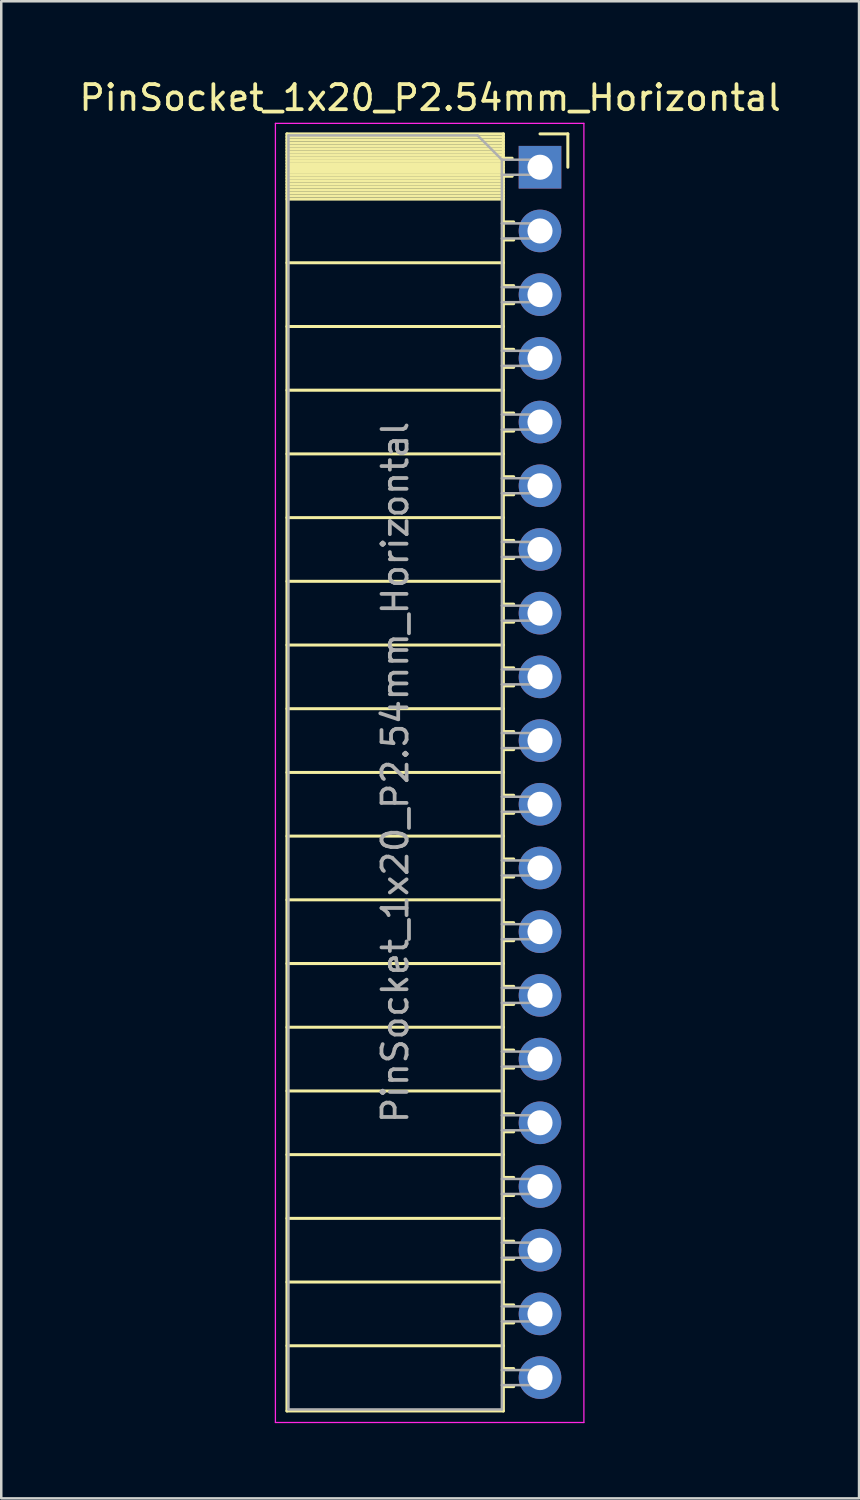
<source format=kicad_pcb>
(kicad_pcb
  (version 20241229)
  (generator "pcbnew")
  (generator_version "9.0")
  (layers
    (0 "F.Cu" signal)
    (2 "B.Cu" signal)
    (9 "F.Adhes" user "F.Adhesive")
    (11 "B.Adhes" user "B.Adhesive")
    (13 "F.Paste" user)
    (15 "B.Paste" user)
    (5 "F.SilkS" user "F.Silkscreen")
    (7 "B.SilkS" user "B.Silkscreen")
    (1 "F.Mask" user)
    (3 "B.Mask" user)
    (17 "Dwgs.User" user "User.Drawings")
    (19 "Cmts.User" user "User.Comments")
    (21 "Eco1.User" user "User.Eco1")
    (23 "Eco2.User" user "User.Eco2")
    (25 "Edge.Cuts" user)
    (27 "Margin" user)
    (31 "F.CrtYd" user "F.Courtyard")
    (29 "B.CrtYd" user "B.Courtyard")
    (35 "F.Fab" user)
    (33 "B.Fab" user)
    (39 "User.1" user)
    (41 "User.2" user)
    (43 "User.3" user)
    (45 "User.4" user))
  (footprint "PinSocket_1x20_P2.54mm_Horizontal"
    (layer "F.Cu")
    (at 18.481 3.618)
    (property "Reference" "PinSocket_1x20_P2.54mm_Horizontal" (at -4.38 -2.77 0) (layer "F.SilkS") (effects (font (size 1 1) (thickness 0.15))))
    (attr through_hole)
    (fp_line (start -10.09 -1.33) (end -10.09 49.59) (stroke (width 0.12) (type solid)) (layer "F.SilkS"))
    (fp_line (start -10.09 -1.33) (end -1.46 -1.33) (stroke (width 0.12) (type solid)) (layer "F.SilkS"))
    (fp_line (start -10.09 -1.21) (end -1.46 -1.21) (stroke (width 0.12) (type solid)) (layer "F.SilkS"))
    (fp_line (start -10.09 -1.092) (end -1.46 -1.092) (stroke (width 0.12) (type solid)) (layer "F.SilkS"))
    (fp_line (start -10.09 -0.974) (end -1.46 -0.974) (stroke (width 0.12) (type solid)) (layer "F.SilkS"))
    (fp_line (start -10.09 -0.856) (end -1.46 -0.856) (stroke (width 0.12) (type solid)) (layer "F.SilkS"))
    (fp_line (start -10.09 -0.738) (end -1.46 -0.738) (stroke (width 0.12) (type solid)) (layer "F.SilkS"))
    (fp_line (start -10.09 -0.62) (end -1.46 -0.62) (stroke (width 0.12) (type solid)) (layer "F.SilkS"))
    (fp_line (start -10.09 -0.501) (end -1.46 -0.501) (stroke (width 0.12) (type solid)) (layer "F.SilkS"))
    (fp_line (start -10.09 -0.383) (end -1.46 -0.383) (stroke (width 0.12) (type solid)) (layer "F.SilkS"))
    (fp_line (start -10.09 -0.265) (end -1.46 -0.265) (stroke (width 0.12) (type solid)) (layer "F.SilkS"))
    (fp_line (start -10.09 -0.147) (end -1.46 -0.147) (stroke (width 0.12) (type solid)) (layer "F.SilkS"))
    (fp_line (start -10.09 -0.029) (end -1.46 -0.029) (stroke (width 0.12) (type solid)) (layer "F.SilkS"))
    (fp_line (start -10.09 0.089) (end -1.46 0.089) (stroke (width 0.12) (type solid)) (layer "F.SilkS"))
    (fp_line (start -10.09 0.207) (end -1.46 0.207) (stroke (width 0.12) (type solid)) (layer "F.SilkS"))
    (fp_line (start -10.09 0.325) (end -1.46 0.325) (stroke (width 0.12) (type solid)) (layer "F.SilkS"))
    (fp_line (start -10.09 0.443) (end -1.46 0.443) (stroke (width 0.12) (type solid)) (layer "F.SilkS"))
    (fp_line (start -10.09 0.561) (end -1.46 0.561) (stroke (width 0.12) (type solid)) (layer "F.SilkS"))
    (fp_line (start -10.09 0.68) (end -1.46 0.68) (stroke (width 0.12) (type solid)) (layer "F.SilkS"))
    (fp_line (start -10.09 0.798) (end -1.46 0.798) (stroke (width 0.12) (type solid)) (layer "F.SilkS"))
    (fp_line (start -10.09 0.916) (end -1.46 0.916) (stroke (width 0.12) (type solid)) (layer "F.SilkS"))
    (fp_line (start -10.09 1.034) (end -1.46 1.034) (stroke (width 0.12) (type solid)) (layer "F.SilkS"))
    (fp_line (start -10.09 1.152) (end -1.46 1.152) (stroke (width 0.12) (type solid)) (layer "F.SilkS"))
    (fp_line (start -10.09 1.27) (end -1.46 1.27) (stroke (width 0.12) (type solid)) (layer "F.SilkS"))
    (fp_line (start -10.09 3.81) (end -1.46 3.81) (stroke (width 0.12) (type solid)) (layer "F.SilkS"))
    (fp_line (start -10.09 6.35) (end -1.46 6.35) (stroke (width 0.12) (type solid)) (layer "F.SilkS"))
    (fp_line (start -10.09 8.89) (end -1.46 8.89) (stroke (width 0.12) (type solid)) (layer "F.SilkS"))
    (fp_line (start -10.09 11.43) (end -1.46 11.43) (stroke (width 0.12) (type solid)) (layer "F.SilkS"))
    (fp_line (start -10.09 13.97) (end -1.46 13.97) (stroke (width 0.12) (type solid)) (layer "F.SilkS"))
    (fp_line (start -10.09 16.51) (end -1.46 16.51) (stroke (width 0.12) (type solid)) (layer "F.SilkS"))
    (fp_line (start -10.09 19.05) (end -1.46 19.05) (stroke (width 0.12) (type solid)) (layer "F.SilkS"))
    (fp_line (start -10.09 21.59) (end -1.46 21.59) (stroke (width 0.12) (type solid)) (layer "F.SilkS"))
    (fp_line (start -10.09 24.13) (end -1.46 24.13) (stroke (width 0.12) (type solid)) (layer "F.SilkS"))
    (fp_line (start -10.09 26.67) (end -1.46 26.67) (stroke (width 0.12) (type solid)) (layer "F.SilkS"))
    (fp_line (start -10.09 29.21) (end -1.46 29.21) (stroke (width 0.12) (type solid)) (layer "F.SilkS"))
    (fp_line (start -10.09 31.75) (end -1.46 31.75) (stroke (width 0.12) (type solid)) (layer "F.SilkS"))
    (fp_line (start -10.09 34.29) (end -1.46 34.29) (stroke (width 0.12) (type solid)) (layer "F.SilkS"))
    (fp_line (start -10.09 36.83) (end -1.46 36.83) (stroke (width 0.12) (type solid)) (layer "F.SilkS"))
    (fp_line (start -10.09 39.37) (end -1.46 39.37) (stroke (width 0.12) (type solid)) (layer "F.SilkS"))
    (fp_line (start -10.09 41.91) (end -1.46 41.91) (stroke (width 0.12) (type solid)) (layer "F.SilkS"))
    (fp_line (start -10.09 44.45) (end -1.46 44.45) (stroke (width 0.12) (type solid)) (layer "F.SilkS"))
    (fp_line (start -10.09 46.99) (end -1.46 46.99) (stroke (width 0.12) (type solid)) (layer "F.SilkS"))
    (fp_line (start -10.09 49.59) (end -1.46 49.59) (stroke (width 0.12) (type solid)) (layer "F.SilkS"))
    (fp_line (start -1.46 -1.33) (end -1.46 49.59) (stroke (width 0.12) (type solid)) (layer "F.SilkS"))
    (fp_line (start -1.46 -0.36) (end -1.11 -0.36) (stroke (width 0.12) (type solid)) (layer "F.SilkS"))
    (fp_line (start -1.46 0.36) (end -1.11 0.36) (stroke (width 0.12) (type solid)) (layer "F.SilkS"))
    (fp_line (start -1.46 2.18) (end -1.05 2.18) (stroke (width 0.12) (type solid)) (layer "F.SilkS"))
    (fp_line (start -1.46 2.9) (end -1.05 2.9) (stroke (width 0.12) (type solid)) (layer "F.SilkS"))
    (fp_line (start -1.46 4.72) (end -1.05 4.72) (stroke (width 0.12) (type solid)) (layer "F.SilkS"))
    (fp_line (start -1.46 5.44) (end -1.05 5.44) (stroke (width 0.12) (type solid)) (layer "F.SilkS"))
    (fp_line (start -1.46 7.26) (end -1.05 7.26) (stroke (width 0.12) (type solid)) (layer "F.SilkS"))
    (fp_line (start -1.46 7.98) (end -1.05 7.98) (stroke (width 0.12) (type solid)) (layer "F.SilkS"))
    (fp_line (start -1.46 9.8) (end -1.05 9.8) (stroke (width 0.12) (type solid)) (layer "F.SilkS"))
    (fp_line (start -1.46 10.52) (end -1.05 10.52) (stroke (width 0.12) (type solid)) (layer "F.SilkS"))
    (fp_line (start -1.46 12.34) (end -1.05 12.34) (stroke (width 0.12) (type solid)) (layer "F.SilkS"))
    (fp_line (start -1.46 13.06) (end -1.05 13.06) (stroke (width 0.12) (type solid)) (layer "F.SilkS"))
    (fp_line (start -1.46 14.88) (end -1.05 14.88) (stroke (width 0.12) (type solid)) (layer "F.SilkS"))
    (fp_line (start -1.46 15.6) (end -1.05 15.6) (stroke (width 0.12) (type solid)) (layer "F.SilkS"))
    (fp_line (start -1.46 17.42) (end -1.05 17.42) (stroke (width 0.12) (type solid)) (layer "F.SilkS"))
    (fp_line (start -1.46 18.14) (end -1.05 18.14) (stroke (width 0.12) (type solid)) (layer "F.SilkS"))
    (fp_line (start -1.46 19.96) (end -1.05 19.96) (stroke (width 0.12) (type solid)) (layer "F.SilkS"))
    (fp_line (start -1.46 20.68) (end -1.05 20.68) (stroke (width 0.12) (type solid)) (layer "F.SilkS"))
    (fp_line (start -1.46 22.5) (end -1.05 22.5) (stroke (width 0.12) (type solid)) (layer "F.SilkS"))
    (fp_line (start -1.46 23.22) (end -1.05 23.22) (stroke (width 0.12) (type solid)) (layer "F.SilkS"))
    (fp_line (start -1.46 25.04) (end -1.05 25.04) (stroke (width 0.12) (type solid)) (layer "F.SilkS"))
    (fp_line (start -1.46 25.76) (end -1.05 25.76) (stroke (width 0.12) (type solid)) (layer "F.SilkS"))
    (fp_line (start -1.46 27.58) (end -1.05 27.58) (stroke (width 0.12) (type solid)) (layer "F.SilkS"))
    (fp_line (start -1.46 28.3) (end -1.05 28.3) (stroke (width 0.12) (type solid)) (layer "F.SilkS"))
    (fp_line (start -1.46 30.12) (end -1.05 30.12) (stroke (width 0.12) (type solid)) (layer "F.SilkS"))
    (fp_line (start -1.46 30.84) (end -1.05 30.84) (stroke (width 0.12) (type solid)) (layer "F.SilkS"))
    (fp_line (start -1.46 32.66) (end -1.05 32.66) (stroke (width 0.12) (type solid)) (layer "F.SilkS"))
    (fp_line (start -1.46 33.38) (end -1.05 33.38) (stroke (width 0.12) (type solid)) (layer "F.SilkS"))
    (fp_line (start -1.46 35.2) (end -1.05 35.2) (stroke (width 0.12) (type solid)) (layer "F.SilkS"))
    (fp_line (start -1.46 35.92) (end -1.05 35.92) (stroke (width 0.12) (type solid)) (layer "F.SilkS"))
    (fp_line (start -1.46 37.74) (end -1.05 37.74) (stroke (width 0.12) (type solid)) (layer "F.SilkS"))
    (fp_line (start -1.46 38.46) (end -1.05 38.46) (stroke (width 0.12) (type solid)) (layer "F.SilkS"))
    (fp_line (start -1.46 40.28) (end -1.05 40.28) (stroke (width 0.12) (type solid)) (layer "F.SilkS"))
    (fp_line (start -1.46 41) (end -1.05 41) (stroke (width 0.12) (type solid)) (layer "F.SilkS"))
    (fp_line (start -1.46 42.82) (end -1.05 42.82) (stroke (width 0.12) (type solid)) (layer "F.SilkS"))
    (fp_line (start -1.46 43.54) (end -1.05 43.54) (stroke (width 0.12) (type solid)) (layer "F.SilkS"))
    (fp_line (start -1.46 45.36) (end -1.05 45.36) (stroke (width 0.12) (type solid)) (layer "F.SilkS"))
    (fp_line (start -1.46 46.08) (end -1.05 46.08) (stroke (width 0.12) (type solid)) (layer "F.SilkS"))
    (fp_line (start -1.46 47.9) (end -1.05 47.9) (stroke (width 0.12) (type solid)) (layer "F.SilkS"))
    (fp_line (start -1.46 48.62) (end -1.05 48.62) (stroke (width 0.12) (type solid)) (layer "F.SilkS"))
    (fp_line (start 0 -1.33) (end 1.11 -1.33) (stroke (width 0.12) (type solid)) (layer "F.SilkS"))
    (fp_line (start 1.11 -1.33) (end 1.11 0) (stroke (width 0.12) (type solid)) (layer "F.SilkS"))
    (fp_line (start -10.55 -1.75) (end -10.55 50.05) (stroke (width 0.05) (type solid)) (layer "F.CrtYd"))
    (fp_line (start -10.55 50.05) (end 1.75 50.05) (stroke (width 0.05) (type solid)) (layer "F.CrtYd"))
    (fp_line (start 1.75 -1.75) (end -10.55 -1.75) (stroke (width 0.05) (type solid)) (layer "F.CrtYd"))
    (fp_line (start 1.75 50.05) (end 1.75 -1.75) (stroke (width 0.05) (type solid)) (layer "F.CrtYd"))
    (fp_line (start -10.03 -1.27) (end -2.49 -1.27) (stroke (width 0.1) (type solid)) (layer "F.Fab"))
    (fp_line (start -10.03 49.53) (end -10.03 -1.27) (stroke (width 0.1) (type solid)) (layer "F.Fab"))
    (fp_line (start -2.49 -1.27) (end -1.52 -0.3) (stroke (width 0.1) (type solid)) (layer "F.Fab"))
    (fp_line (start -1.52 -0.3) (end -1.52 49.53) (stroke (width 0.1) (type solid)) (layer "F.Fab"))
    (fp_line (start -1.52 0.3) (end 0 0.3) (stroke (width 0.1) (type solid)) (layer "F.Fab"))
    (fp_line (start -1.52 2.84) (end 0 2.84) (stroke (width 0.1) (type solid)) (layer "F.Fab"))
    (fp_line (start -1.52 5.38) (end 0 5.38) (stroke (width 0.1) (type solid)) (layer "F.Fab"))
    (fp_line (start -1.52 7.92) (end 0 7.92) (stroke (width 0.1) (type solid)) (layer "F.Fab"))
    (fp_line (start -1.52 10.46) (end 0 10.46) (stroke (width 0.1) (type solid)) (layer "F.Fab"))
    (fp_line (start -1.52 13) (end 0 13) (stroke (width 0.1) (type solid)) (layer "F.Fab"))
    (fp_line (start -1.52 15.54) (end 0 15.54) (stroke (width 0.1) (type solid)) (layer "F.Fab"))
    (fp_line (start -1.52 18.08) (end 0 18.08) (stroke (width 0.1) (type solid)) (layer "F.Fab"))
    (fp_line (start -1.52 20.62) (end 0 20.62) (stroke (width 0.1) (type solid)) (layer "F.Fab"))
    (fp_line (start -1.52 23.16) (end 0 23.16) (stroke (width 0.1) (type solid)) (layer "F.Fab"))
    (fp_line (start -1.52 25.7) (end 0 25.7) (stroke (width 0.1) (type solid)) (layer "F.Fab"))
    (fp_line (start -1.52 28.24) (end 0 28.24) (stroke (width 0.1) (type solid)) (layer "F.Fab"))
    (fp_line (start -1.52 30.78) (end 0 30.78) (stroke (width 0.1) (type solid)) (layer "F.Fab"))
    (fp_line (start -1.52 33.32) (end 0 33.32) (stroke (width 0.1) (type solid)) (layer "F.Fab"))
    (fp_line (start -1.52 35.86) (end 0 35.86) (stroke (width 0.1) (type solid)) (layer "F.Fab"))
    (fp_line (start -1.52 38.4) (end 0 38.4) (stroke (width 0.1) (type solid)) (layer "F.Fab"))
    (fp_line (start -1.52 40.94) (end 0 40.94) (stroke (width 0.1) (type solid)) (layer "F.Fab"))
    (fp_line (start -1.52 43.48) (end 0 43.48) (stroke (width 0.1) (type solid)) (layer "F.Fab"))
    (fp_line (start -1.52 46.02) (end 0 46.02) (stroke (width 0.1) (type solid)) (layer "F.Fab"))
    (fp_line (start -1.52 48.56) (end 0 48.56) (stroke (width 0.1) (type solid)) (layer "F.Fab"))
    (fp_line (start -1.52 49.53) (end -10.03 49.53) (stroke (width 0.1) (type solid)) (layer "F.Fab"))
    (fp_line (start 0 -0.3) (end -1.52 -0.3) (stroke (width 0.1) (type solid)) (layer "F.Fab"))
    (fp_line (start 0 0.3) (end 0 -0.3) (stroke (width 0.1) (type solid)) (layer "F.Fab"))
    (fp_line (start 0 2.24) (end -1.52 2.24) (stroke (width 0.1) (type solid)) (layer "F.Fab"))
    (fp_line (start 0 2.84) (end 0 2.24) (stroke (width 0.1) (type solid)) (layer "F.Fab"))
    (fp_line (start 0 4.78) (end -1.52 4.78) (stroke (width 0.1) (type solid)) (layer "F.Fab"))
    (fp_line (start 0 5.38) (end 0 4.78) (stroke (width 0.1) (type solid)) (layer "F.Fab"))
    (fp_line (start 0 7.32) (end -1.52 7.32) (stroke (width 0.1) (type solid)) (layer "F.Fab"))
    (fp_line (start 0 7.92) (end 0 7.32) (stroke (width 0.1) (type solid)) (layer "F.Fab"))
    (fp_line (start 0 9.86) (end -1.52 9.86) (stroke (width 0.1) (type solid)) (layer "F.Fab"))
    (fp_line (start 0 10.46) (end 0 9.86) (stroke (width 0.1) (type solid)) (layer "F.Fab"))
    (fp_line (start 0 12.4) (end -1.52 12.4) (stroke (width 0.1) (type solid)) (layer "F.Fab"))
    (fp_line (start 0 13) (end 0 12.4) (stroke (width 0.1) (type solid)) (layer "F.Fab"))
    (fp_line (start 0 14.94) (end -1.52 14.94) (stroke (width 0.1) (type solid)) (layer "F.Fab"))
    (fp_line (start 0 15.54) (end 0 14.94) (stroke (width 0.1) (type solid)) (layer "F.Fab"))
    (fp_line (start 0 17.48) (end -1.52 17.48) (stroke (width 0.1) (type solid)) (layer "F.Fab"))
    (fp_line (start 0 18.08) (end 0 17.48) (stroke (width 0.1) (type solid)) (layer "F.Fab"))
    (fp_line (start 0 20.02) (end -1.52 20.02) (stroke (width 0.1) (type solid)) (layer "F.Fab"))
    (fp_line (start 0 20.62) (end 0 20.02) (stroke (width 0.1) (type solid)) (layer "F.Fab"))
    (fp_line (start 0 22.56) (end -1.52 22.56) (stroke (width 0.1) (type solid)) (layer "F.Fab"))
    (fp_line (start 0 23.16) (end 0 22.56) (stroke (width 0.1) (type solid)) (layer "F.Fab"))
    (fp_line (start 0 25.1) (end -1.52 25.1) (stroke (width 0.1) (type solid)) (layer "F.Fab"))
    (fp_line (start 0 25.7) (end 0 25.1) (stroke (width 0.1) (type solid)) (layer "F.Fab"))
    (fp_line (start 0 27.64) (end -1.52 27.64) (stroke (width 0.1) (type solid)) (layer "F.Fab"))
    (fp_line (start 0 28.24) (end 0 27.64) (stroke (width 0.1) (type solid)) (layer "F.Fab"))
    (fp_line (start 0 30.18) (end -1.52 30.18) (stroke (width 0.1) (type solid)) (layer "F.Fab"))
    (fp_line (start 0 30.78) (end 0 30.18) (stroke (width 0.1) (type solid)) (layer "F.Fab"))
    (fp_line (start 0 32.72) (end -1.52 32.72) (stroke (width 0.1) (type solid)) (layer "F.Fab"))
    (fp_line (start 0 33.32) (end 0 32.72) (stroke (width 0.1) (type solid)) (layer "F.Fab"))
    (fp_line (start 0 35.26) (end -1.52 35.26) (stroke (width 0.1) (type solid)) (layer "F.Fab"))
    (fp_line (start 0 35.86) (end 0 35.26) (stroke (width 0.1) (type solid)) (layer "F.Fab"))
    (fp_line (start 0 37.8) (end -1.52 37.8) (stroke (width 0.1) (type solid)) (layer "F.Fab"))
    (fp_line (start 0 38.4) (end 0 37.8) (stroke (width 0.1) (type solid)) (layer "F.Fab"))
    (fp_line (start 0 40.34) (end -1.52 40.34) (stroke (width 0.1) (type solid)) (layer "F.Fab"))
    (fp_line (start 0 40.94) (end 0 40.34) (stroke (width 0.1) (type solid)) (layer "F.Fab"))
    (fp_line (start 0 42.88) (end -1.52 42.88) (stroke (width 0.1) (type solid)) (layer "F.Fab"))
    (fp_line (start 0 43.48) (end 0 42.88) (stroke (width 0.1) (type solid)) (layer "F.Fab"))
    (fp_line (start 0 45.42) (end -1.52 45.42) (stroke (width 0.1) (type solid)) (layer "F.Fab"))
    (fp_line (start 0 46.02) (end 0 45.42) (stroke (width 0.1) (type solid)) (layer "F.Fab"))
    (fp_line (start 0 47.96) (end -1.52 47.96) (stroke (width 0.1) (type solid)) (layer "F.Fab"))
    (fp_line (start 0 48.56) (end 0 47.96) (stroke (width 0.1) (type solid)) (layer "F.Fab"))
    (fp_text user "${REFERENCE}" (at -5.775 24.13 90) (layer "F.Fab") (effects (font (size 1 1) (thickness 0.15))))
    (pad "1" thru_hole rect (at 0 0) (size 1.7 1.7) (drill 1) (layers "*.Cu" "*.Mask"))
    (pad "2" thru_hole oval (at 0 2.54) (size 1.7 1.7) (drill 1) (layers "*.Cu" "*.Mask"))
    (pad "3" thru_hole oval (at 0 5.08) (size 1.7 1.7) (drill 1) (layers "*.Cu" "*.Mask"))
    (pad "4" thru_hole oval (at 0 7.62) (size 1.7 1.7) (drill 1) (layers "*.Cu" "*.Mask"))
    (pad "5" thru_hole oval (at 0 10.16) (size 1.7 1.7) (drill 1) (layers "*.Cu" "*.Mask"))
    (pad "6" thru_hole oval (at 0 12.7) (size 1.7 1.7) (drill 1) (layers "*.Cu" "*.Mask"))
    (pad "7" thru_hole oval (at 0 15.24) (size 1.7 1.7) (drill 1) (layers "*.Cu" "*.Mask"))
    (pad "8" thru_hole oval (at 0 17.78) (size 1.7 1.7) (drill 1) (layers "*.Cu" "*.Mask"))
    (pad "9" thru_hole oval (at 0 20.32) (size 1.7 1.7) (drill 1) (layers "*.Cu" "*.Mask"))
    (pad "10" thru_hole oval (at 0 22.86) (size 1.7 1.7) (drill 1) (layers "*.Cu" "*.Mask"))
    (pad "11" thru_hole oval (at 0 25.4) (size 1.7 1.7) (drill 1) (layers "*.Cu" "*.Mask"))
    (pad "12" thru_hole oval (at 0 27.94) (size 1.7 1.7) (drill 1) (layers "*.Cu" "*.Mask"))
    (pad "13" thru_hole oval (at 0 30.48) (size 1.7 1.7) (drill 1) (layers "*.Cu" "*.Mask"))
    (pad "14" thru_hole oval (at 0 33.02) (size 1.7 1.7) (drill 1) (layers "*.Cu" "*.Mask"))
    (pad "15" thru_hole oval (at 0 35.56) (size 1.7 1.7) (drill 1) (layers "*.Cu" "*.Mask"))
    (pad "16" thru_hole oval (at 0 38.1) (size 1.7 1.7) (drill 1) (layers "*.Cu" "*.Mask"))
    (pad "17" thru_hole oval (at 0 40.64) (size 1.7 1.7) (drill 1) (layers "*.Cu" "*.Mask"))
    (pad "18" thru_hole oval (at 0 43.18) (size 1.7 1.7) (drill 1) (layers "*.Cu" "*.Mask"))
    (pad "19" thru_hole oval (at 0 45.72) (size 1.7 1.7) (drill 1) (layers "*.Cu" "*.Mask"))
    (pad "20" thru_hole oval (at 0 48.26) (size 1.7 1.7) (drill 1) (layers "*.Cu" "*.Mask")))
  (gr_rect
    (start -3 -3)
    (end 31.202 56.693)
    (stroke (width 0.1) (type default))
    (fill no)
    (layer "Edge.Cuts")))
</source>
